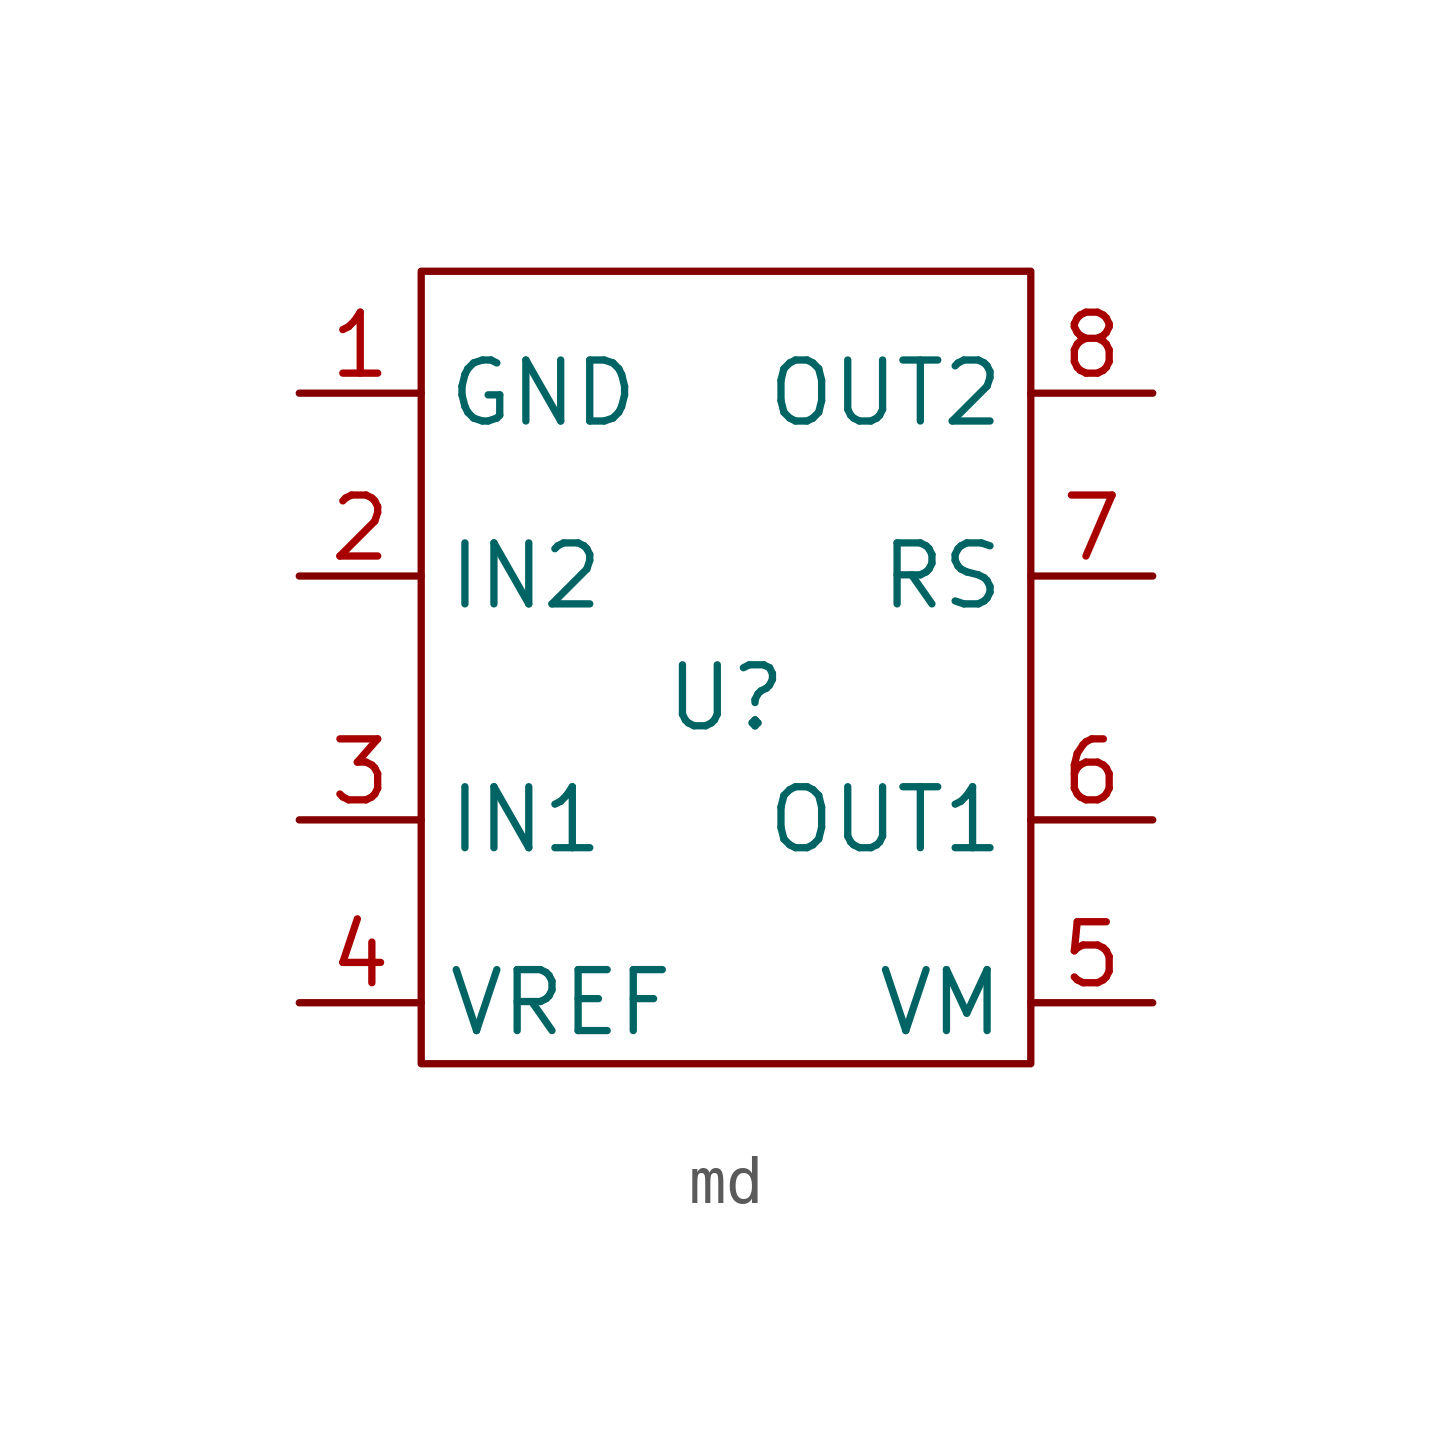
<source format=kicad_sym>
(kicad_symbol_lib
  (version 20220914)
  (generator kicad_symbol_editor)
  (symbol "md"
    (property "Reference" "U"
      (at 0 0 0)
      (effects (font (size 1.27 1.27))))
    (property "Value" ""
      (at 0 0 0)
      (effects (font (size 1.27 1.27))))
    (symbol "md_0_1"
      (rectangle (start -6.35 8.89) (end 6.35 -7.62) (stroke (width 0) (type default)) (fill (type none))))
    (symbol "md_1_1"
      (pin passive line (at -8.89 6.35 0) (length 2.54) (name "GND" (effects (font (size 1.27 1.27)))) (number "1" (effects (font (size 1.27 1.27)))))
      (pin passive line (at -8.89 2.54 0) (length 2.54) (name "IN2" (effects (font (size 1.27 1.27)))) (number "2" (effects (font (size 1.27 1.27)))))
      (pin passive line (at -8.89 -2.54 0) (length 2.54) (name "IN1" (effects (font (size 1.27 1.27)))) (number "3" (effects (font (size 1.27 1.27)))))
      (pin passive line (at -8.89 -6.35 0) (length 2.54) (name "VREF" (effects (font (size 1.27 1.27)))) (number "4" (effects (font (size 1.27 1.27)))))
      (pin passive line (at 8.89 -6.35 180) (length 2.54) (name "VM" (effects (font (size 1.27 1.27)))) (number "5" (effects (font (size 1.27 1.27)))))
      (pin passive line (at 8.89 -2.54 180) (length 2.54) (name "OUT1" (effects (font (size 1.27 1.27)))) (number "6" (effects (font (size 1.27 1.27)))))
      (pin passive line (at 8.89 2.54 180) (length 2.54) (name "RS" (effects (font (size 1.27 1.27)))) (number "7" (effects (font (size 1.27 1.27)))))
      (pin passive line (at 8.89 6.35 180) (length 2.54) (name "OUT2" (effects (font (size 1.27 1.27)))) (number "8" (effects (font (size 1.27 1.27))))))))
</source>
